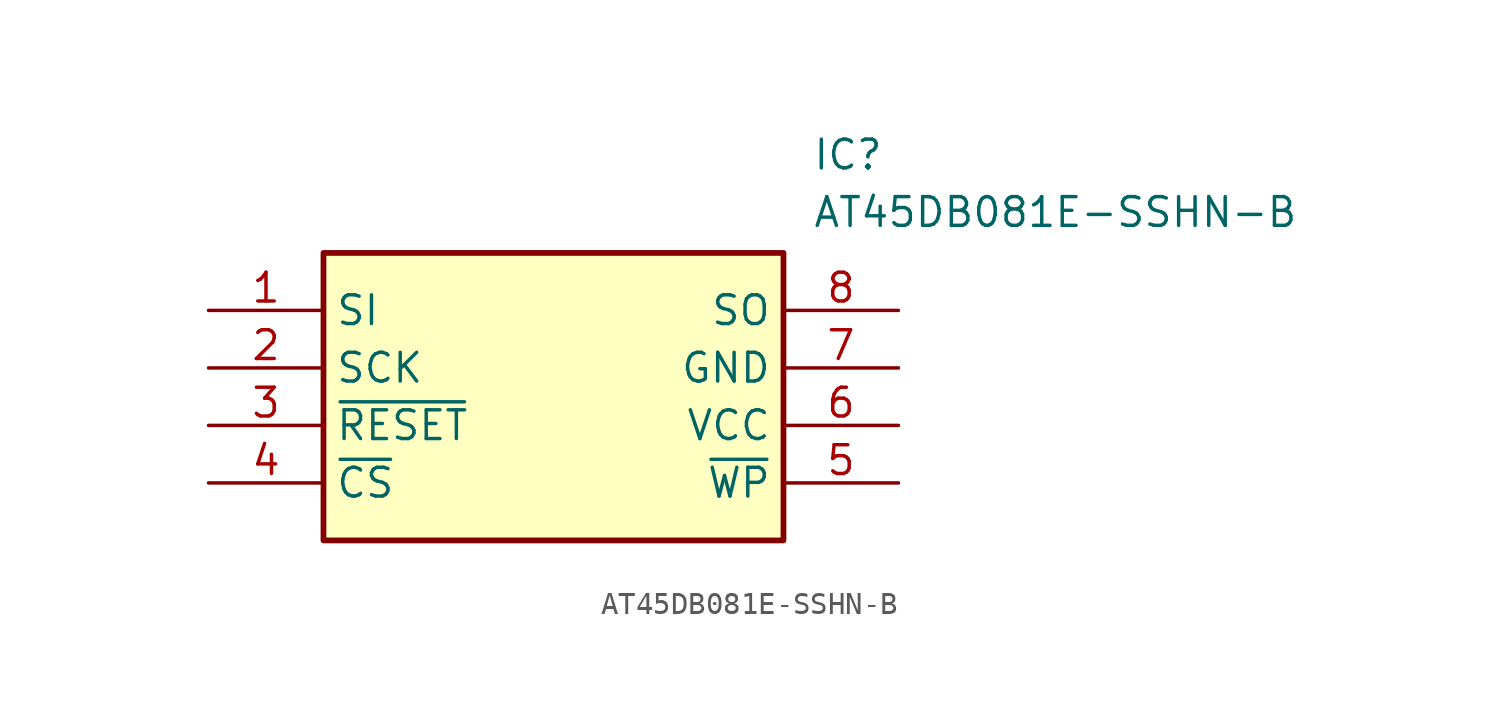
<source format=kicad_sym>
(kicad_symbol_lib
  (version 20220914)
  (generator kicad_symbol_editor)
  (symbol "AT45DB081E-SSHN-B"
    (property "Reference" "IC"
      (at 26.67 7.62 0)
      (effects (font (size 1.27 1.27)) (justify left top)))
    (property "Value" "AT45DB081E-SSHN-B"
      (at 26.67 5.08 0)
      (effects (font (size 1.27 1.27)) (justify left top)))
    (symbol "AT45DB081E-SSHN-B_1_1"
      (rectangle (start 5.08 2.54) (end 25.4 -10.16) (stroke (width 0.254) (type default)) (fill (type background)))
      (pin passive line (at 0 0 0) (length 5.08) (name "SI" (effects (font (size 1.27 1.27)))) (number "1" (effects (font (size 1.27 1.27)))))
      (pin passive line (at 0 -2.54 0) (length 5.08) (name "SCK" (effects (font (size 1.27 1.27)))) (number "2" (effects (font (size 1.27 1.27)))))
      (pin passive line (at 0 -5.08 0) (length 5.08) (name "~{RESET}" (effects (font (size 1.27 1.27)))) (number "3" (effects (font (size 1.27 1.27)))))
      (pin passive line (at 0 -7.62 0) (length 5.08) (name "~{CS}" (effects (font (size 1.27 1.27)))) (number "4" (effects (font (size 1.27 1.27)))))
      (pin passive line (at 30.48 -7.62 180) (length 5.08) (name "~{WP}" (effects (font (size 1.27 1.27)))) (number "5" (effects (font (size 1.27 1.27)))))
      (pin passive line (at 30.48 -5.08 180) (length 5.08) (name "VCC" (effects (font (size 1.27 1.27)))) (number "6" (effects (font (size 1.27 1.27)))))
      (pin passive line (at 30.48 -2.54 180) (length 5.08) (name "GND" (effects (font (size 1.27 1.27)))) (number "7" (effects (font (size 1.27 1.27)))))
      (pin passive line (at 30.48 0 180) (length 5.08) (name "SO" (effects (font (size 1.27 1.27)))) (number "8" (effects (font (size 1.27 1.27))))))))
</source>
